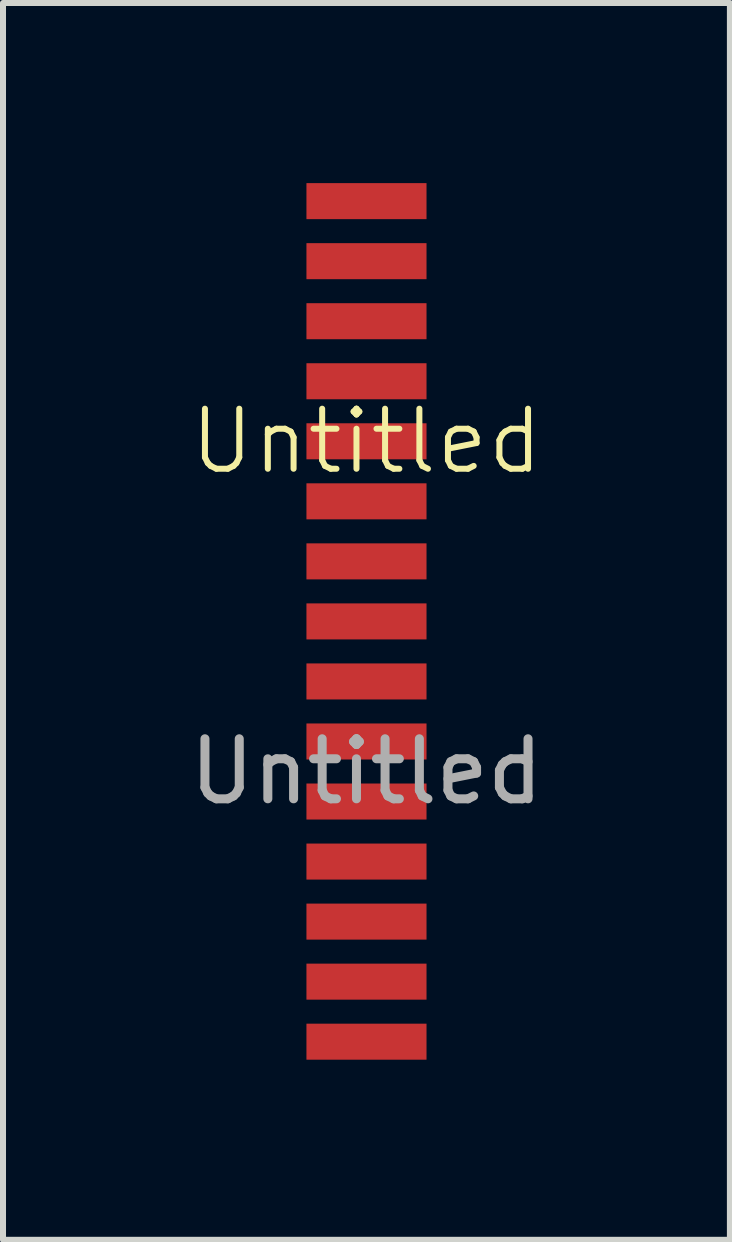
<source format=kicad_pcb>
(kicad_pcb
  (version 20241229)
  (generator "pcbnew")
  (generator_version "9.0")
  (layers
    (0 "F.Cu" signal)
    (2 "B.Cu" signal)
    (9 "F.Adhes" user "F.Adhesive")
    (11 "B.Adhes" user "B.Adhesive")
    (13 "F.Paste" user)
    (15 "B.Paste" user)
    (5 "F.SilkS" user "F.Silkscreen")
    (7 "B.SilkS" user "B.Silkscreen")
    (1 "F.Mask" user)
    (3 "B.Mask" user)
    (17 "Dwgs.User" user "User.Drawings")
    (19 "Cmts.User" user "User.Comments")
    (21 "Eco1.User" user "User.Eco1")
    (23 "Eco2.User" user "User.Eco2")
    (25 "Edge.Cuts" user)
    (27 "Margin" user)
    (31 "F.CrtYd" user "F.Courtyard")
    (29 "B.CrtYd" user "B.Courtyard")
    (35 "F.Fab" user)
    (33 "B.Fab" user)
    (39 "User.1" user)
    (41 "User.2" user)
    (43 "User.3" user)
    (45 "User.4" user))
  (footprint "Untitled"
    (layer "F.Cu")
    (at 3.054 7.3)
    (property "Reference" "Untitled" (at 0 -3 0) (unlocked yes) (layer "F.SilkS") (effects (font (size 1 1) (thickness 0.1))))
    (attr smd)
    (fp_text user "${REFERENCE}" (at 0 2.5 0) (unlocked yes) (layer "F.Fab") (effects (font (size 1 1) (thickness 0.15))))
    (pad "1" connect rect (at 0 -7) (size 2 0.6) (layers "F.Cu" "F.Mask"))
    (pad "2" connect rect (at 0 -6) (size 2 0.6) (layers "F.Cu" "F.Mask"))
    (pad "3" connect rect (at 0 -5) (size 2 0.6) (layers "F.Cu" "F.Mask"))
    (pad "4" connect rect (at 0 -4) (size 2 0.6) (layers "F.Cu" "F.Mask"))
    (pad "5" connect rect (at 0 -3) (size 2 0.6) (layers "F.Cu" "F.Mask"))
    (pad "6" connect rect (at 0 -2) (size 2 0.6) (layers "F.Cu" "F.Mask"))
    (pad "7" connect rect (at 0 -1) (size 2 0.6) (layers "F.Cu" "F.Mask"))
    (pad "8" connect rect (at 0 0) (size 2 0.6) (layers "F.Cu" "F.Mask"))
    (pad "9" connect rect (at 0 1) (size 2 0.6) (layers "F.Cu" "F.Mask"))
    (pad "10" connect rect (at 0 2) (size 2 0.6) (layers "F.Cu" "F.Mask"))
    (pad "11" connect rect (at 0 3) (size 2 0.6) (layers "F.Cu" "F.Mask"))
    (pad "12" connect rect (at 0 4) (size 2 0.6) (layers "F.Cu" "F.Mask"))
    (pad "13" connect rect (at 0 5) (size 2 0.6) (layers "F.Cu" "F.Mask"))
    (pad "14" connect rect (at 0 6) (size 2 0.6) (layers "F.Cu" "F.Mask"))
    (pad "15" connect rect (at 0 7) (size 2 0.6) (layers "F.Cu" "F.Mask")))
  (gr_rect
    (start -3 -3)
    (end 9.107 17.6)
    (stroke (width 0.1) (type default))
    (fill no)
    (layer "Edge.Cuts")))
</source>
